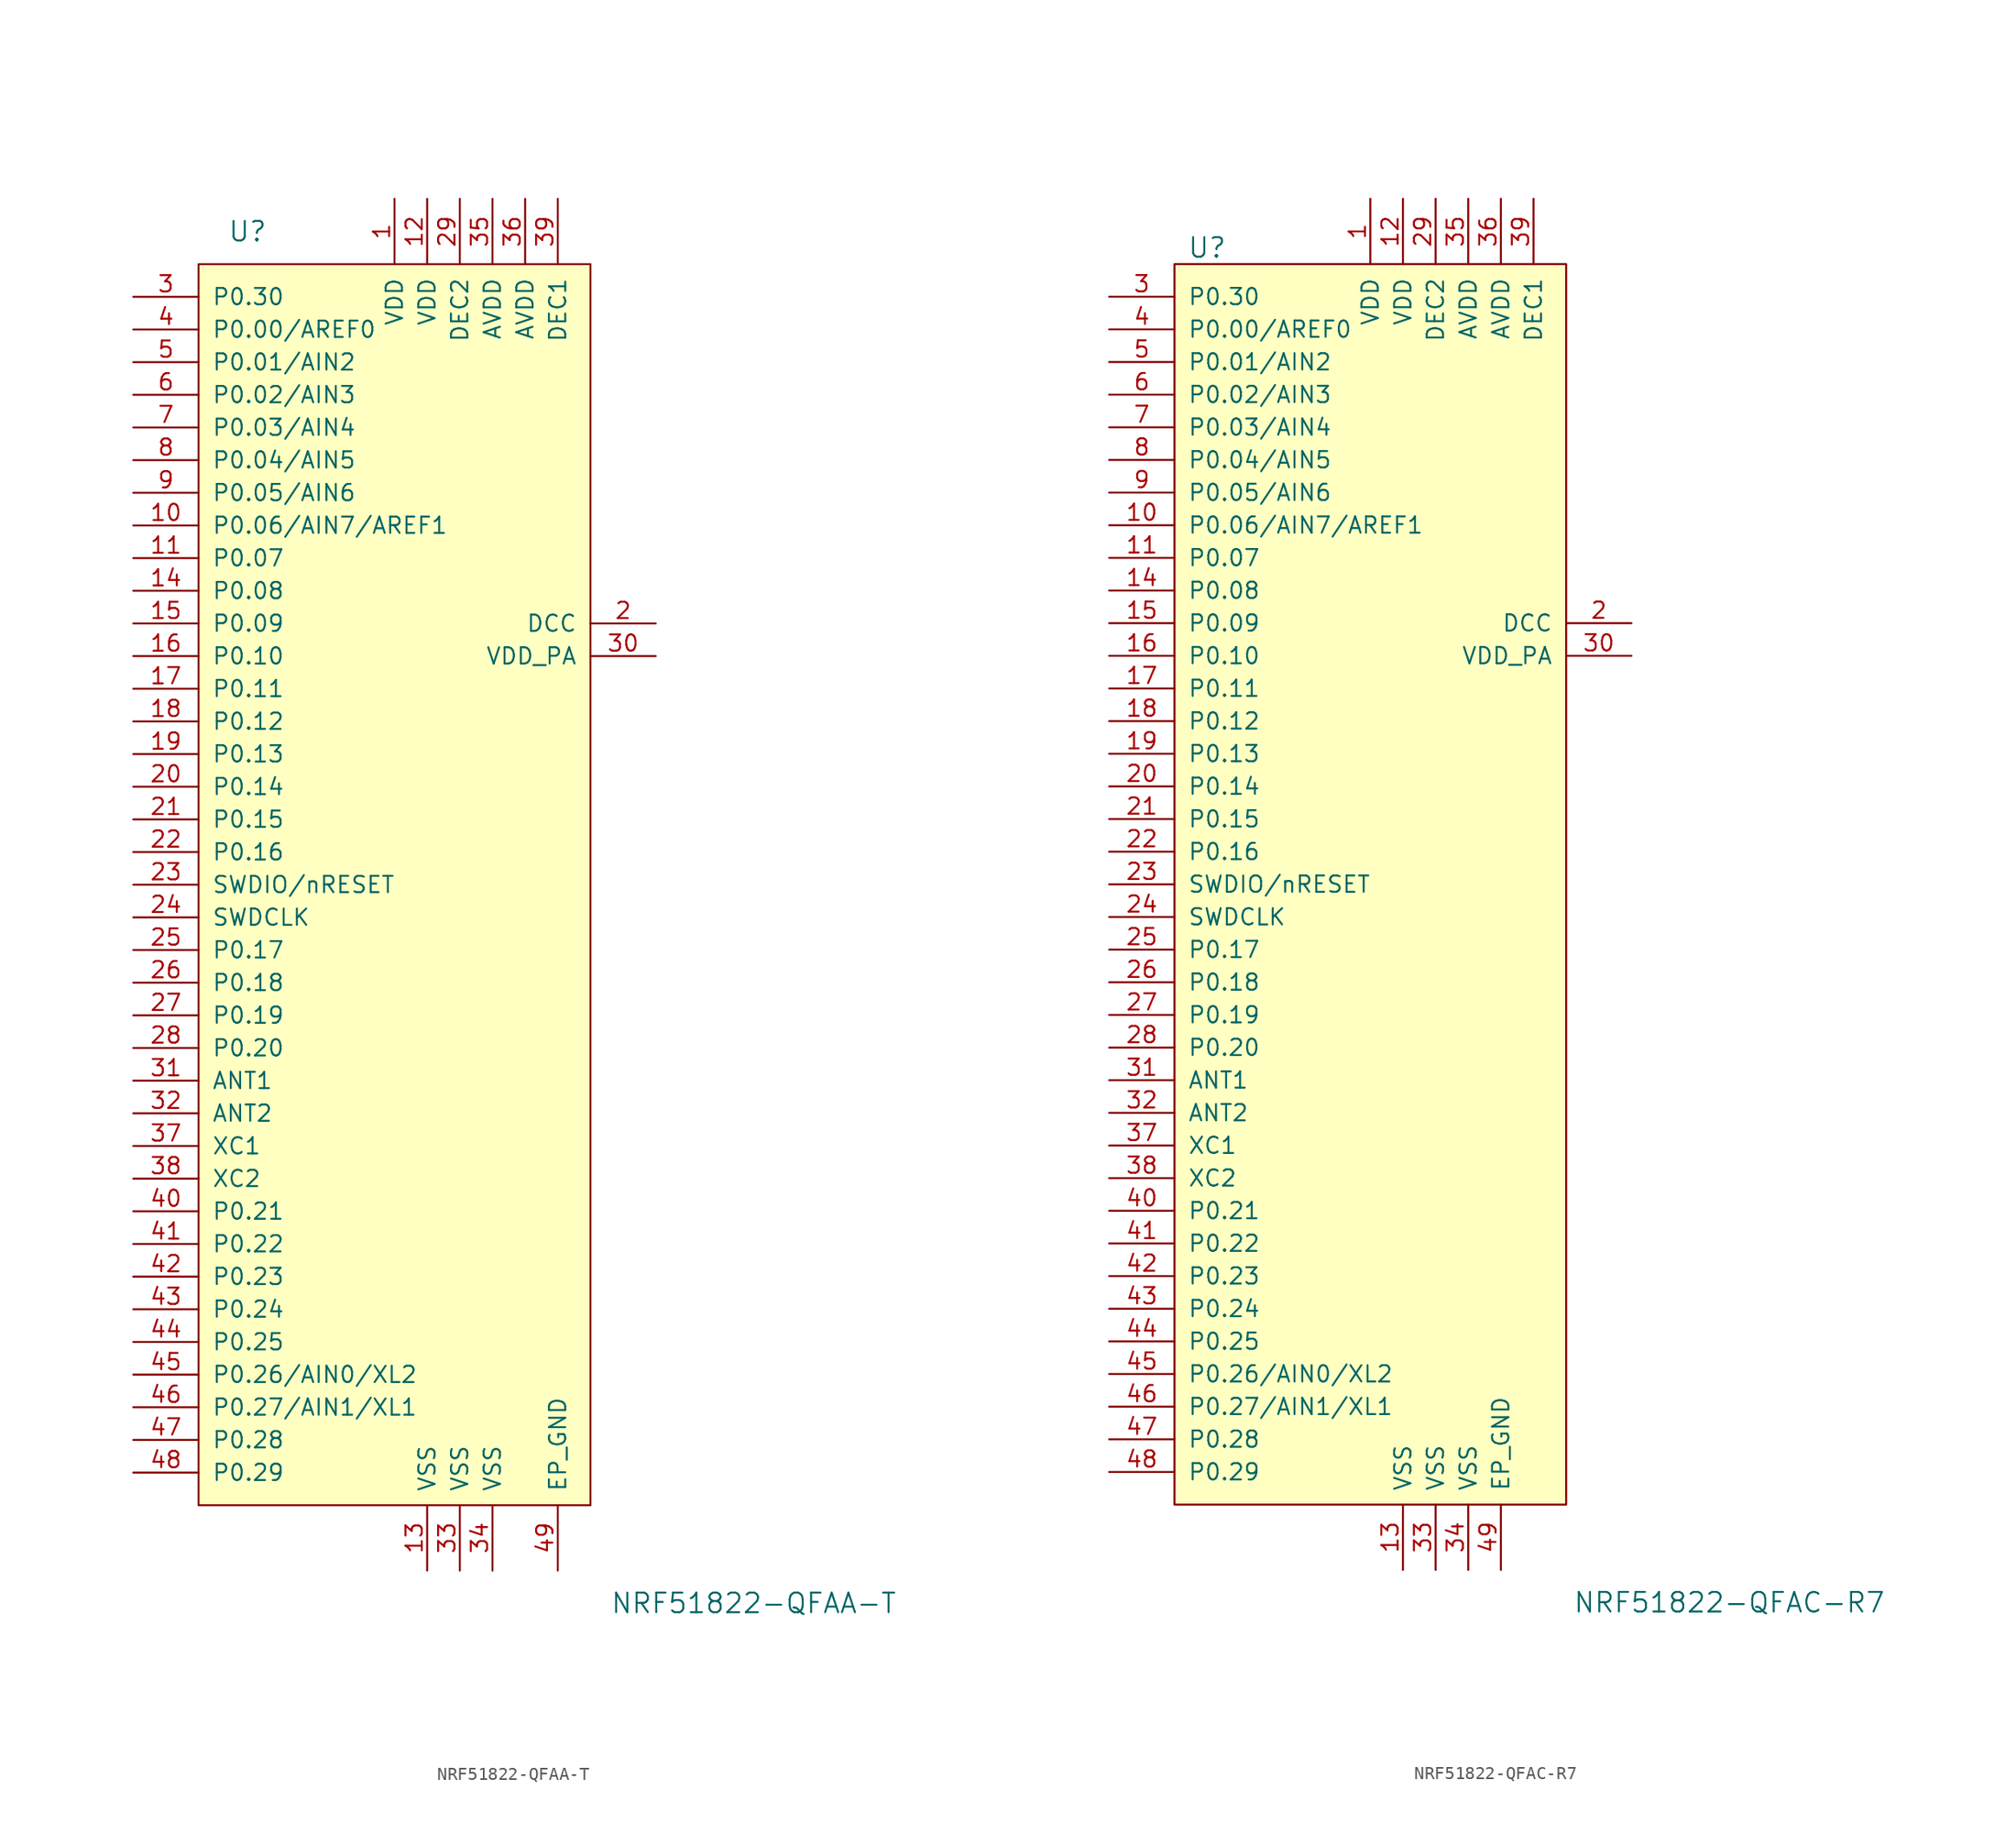
<source format=kicad_sym>
(kicad_symbol_lib
  (version 20231120)
  (generator "kicad_symbol_editor")
  (generator_version "8.0")
  (symbol "NRF51822-QFAA-T"
    (pin_names
      (offset 1.016))
    (property "Reference" "U"
      (at -16.51 45.72 0)
      (effects (font (size 1.524 1.524))))
    (property "Value" "NRF51822-QFAA-T"
      (at 22.86 -60.96 0)
      (effects (font (size 1.524 1.524))))
    (symbol "NRF51822-QFAA-T_0_1"
      (rectangle (start -20.32 43.18) (end 10.16 -53.34) (stroke (width 0) (type default)) (fill (type background))))
    (symbol "NRF51822-QFAA-T_1_1"
      (pin power_in line (at -5.08 48.26 270) (length 5.08) (name "VDD" (effects (font (size 1.27 1.27)))) (number "1" (effects (font (size 1.27 1.27)))))
      (pin bidirectional line (at -25.4 22.86 0) (length 5.08) (name "P0.06/AIN7/AREF1" (effects (font (size 1.27 1.27)))) (number "10" (effects (font (size 1.27 1.27)))))
      (pin bidirectional line (at -25.4 20.32 0) (length 5.08) (name "P0.07" (effects (font (size 1.27 1.27)))) (number "11" (effects (font (size 1.27 1.27)))))
      (pin power_in line (at -2.54 48.26 270) (length 5.08) (name "VDD" (effects (font (size 1.27 1.27)))) (number "12" (effects (font (size 1.27 1.27)))))
      (pin power_in line (at -2.54 -58.42 90) (length 5.08) (name "VSS" (effects (font (size 1.27 1.27)))) (number "13" (effects (font (size 1.27 1.27)))))
      (pin bidirectional line (at -25.4 17.78 0) (length 5.08) (name "P0.08" (effects (font (size 1.27 1.27)))) (number "14" (effects (font (size 1.27 1.27)))))
      (pin bidirectional line (at -25.4 15.24 0) (length 5.08) (name "P0.09" (effects (font (size 1.27 1.27)))) (number "15" (effects (font (size 1.27 1.27)))))
      (pin bidirectional line (at -25.4 12.7 0) (length 5.08) (name "P0.10" (effects (font (size 1.27 1.27)))) (number "16" (effects (font (size 1.27 1.27)))))
      (pin bidirectional line (at -25.4 10.16 0) (length 5.08) (name "P0.11" (effects (font (size 1.27 1.27)))) (number "17" (effects (font (size 1.27 1.27)))))
      (pin bidirectional line (at -25.4 7.62 0) (length 5.08) (name "P0.12" (effects (font (size 1.27 1.27)))) (number "18" (effects (font (size 1.27 1.27)))))
      (pin bidirectional line (at -25.4 5.08 0) (length 5.08) (name "P0.13" (effects (font (size 1.27 1.27)))) (number "19" (effects (font (size 1.27 1.27)))))
      (pin power_out line (at 15.24 15.24 180) (length 5.08) (name "DCC" (effects (font (size 1.27 1.27)))) (number "2" (effects (font (size 1.27 1.27)))))
      (pin bidirectional line (at -25.4 2.54 0) (length 5.08) (name "P0.14" (effects (font (size 1.27 1.27)))) (number "20" (effects (font (size 1.27 1.27)))))
      (pin bidirectional line (at -25.4 0 0) (length 5.08) (name "P0.15" (effects (font (size 1.27 1.27)))) (number "21" (effects (font (size 1.27 1.27)))))
      (pin bidirectional line (at -25.4 -2.54 0) (length 5.08) (name "P0.16" (effects (font (size 1.27 1.27)))) (number "22" (effects (font (size 1.27 1.27)))))
      (pin bidirectional line (at -25.4 -5.08 0) (length 5.08) (name "SWDIO/nRESET" (effects (font (size 1.27 1.27)))) (number "23" (effects (font (size 1.27 1.27)))))
      (pin input line (at -25.4 -7.62 0) (length 5.08) (name "SWDCLK" (effects (font (size 1.27 1.27)))) (number "24" (effects (font (size 1.27 1.27)))))
      (pin bidirectional line (at -25.4 -10.16 0) (length 5.08) (name "P0.17" (effects (font (size 1.27 1.27)))) (number "25" (effects (font (size 1.27 1.27)))))
      (pin bidirectional line (at -25.4 -12.7 0) (length 5.08) (name "P0.18" (effects (font (size 1.27 1.27)))) (number "26" (effects (font (size 1.27 1.27)))))
      (pin bidirectional line (at -25.4 -15.24 0) (length 5.08) (name "P0.19" (effects (font (size 1.27 1.27)))) (number "27" (effects (font (size 1.27 1.27)))))
      (pin bidirectional line (at -25.4 -17.78 0) (length 5.08) (name "P0.20" (effects (font (size 1.27 1.27)))) (number "28" (effects (font (size 1.27 1.27)))))
      (pin power_in line (at 0 48.26 270) (length 5.08) (name "DEC2" (effects (font (size 1.27 1.27)))) (number "29" (effects (font (size 1.27 1.27)))))
      (pin bidirectional line (at -25.4 40.64 0) (length 5.08) (name "P0.30" (effects (font (size 1.27 1.27)))) (number "3" (effects (font (size 1.27 1.27)))))
      (pin power_out line (at 15.24 12.7 180) (length 5.08) (name "VDD_PA" (effects (font (size 1.27 1.27)))) (number "30" (effects (font (size 1.27 1.27)))))
      (pin input line (at -25.4 -20.32 0) (length 5.08) (name "ANT1" (effects (font (size 1.27 1.27)))) (number "31" (effects (font (size 1.27 1.27)))))
      (pin input line (at -25.4 -22.86 0) (length 5.08) (name "ANT2" (effects (font (size 1.27 1.27)))) (number "32" (effects (font (size 1.27 1.27)))))
      (pin power_in line (at 0 -58.42 90) (length 5.08) (name "VSS" (effects (font (size 1.27 1.27)))) (number "33" (effects (font (size 1.27 1.27)))))
      (pin power_in line (at 2.54 -58.42 90) (length 5.08) (name "VSS" (effects (font (size 1.27 1.27)))) (number "34" (effects (font (size 1.27 1.27)))))
      (pin power_in line (at 2.54 48.26 270) (length 5.08) (name "AVDD" (effects (font (size 1.27 1.27)))) (number "35" (effects (font (size 1.27 1.27)))))
      (pin power_in line (at 5.08 48.26 270) (length 5.08) (name "AVDD" (effects (font (size 1.27 1.27)))) (number "36" (effects (font (size 1.27 1.27)))))
      (pin input line (at -25.4 -25.4 0) (length 5.08) (name "XC1" (effects (font (size 1.27 1.27)))) (number "37" (effects (font (size 1.27 1.27)))))
      (pin input line (at -25.4 -27.94 0) (length 5.08) (name "XC2" (effects (font (size 1.27 1.27)))) (number "38" (effects (font (size 1.27 1.27)))))
      (pin power_in line (at 7.62 48.26 270) (length 5.08) (name "DEC1" (effects (font (size 1.27 1.27)))) (number "39" (effects (font (size 1.27 1.27)))))
      (pin bidirectional line (at -25.4 38.1 0) (length 5.08) (name "P0.00/AREF0" (effects (font (size 1.27 1.27)))) (number "4" (effects (font (size 1.27 1.27)))))
      (pin bidirectional line (at -25.4 -30.48 0) (length 5.08) (name "P0.21" (effects (font (size 1.27 1.27)))) (number "40" (effects (font (size 1.27 1.27)))))
      (pin bidirectional line (at -25.4 -33.02 0) (length 5.08) (name "P0.22" (effects (font (size 1.27 1.27)))) (number "41" (effects (font (size 1.27 1.27)))))
      (pin bidirectional line (at -25.4 -35.56 0) (length 5.08) (name "P0.23" (effects (font (size 1.27 1.27)))) (number "42" (effects (font (size 1.27 1.27)))))
      (pin bidirectional line (at -25.4 -38.1 0) (length 5.08) (name "P0.24" (effects (font (size 1.27 1.27)))) (number "43" (effects (font (size 1.27 1.27)))))
      (pin bidirectional line (at -25.4 -40.64 0) (length 5.08) (name "P0.25" (effects (font (size 1.27 1.27)))) (number "44" (effects (font (size 1.27 1.27)))))
      (pin bidirectional line (at -25.4 -43.18 0) (length 5.08) (name "P0.26/AIN0/XL2" (effects (font (size 1.27 1.27)))) (number "45" (effects (font (size 1.27 1.27)))))
      (pin bidirectional line (at -25.4 -45.72 0) (length 5.08) (name "P0.27/AIN1/XL1" (effects (font (size 1.27 1.27)))) (number "46" (effects (font (size 1.27 1.27)))))
      (pin bidirectional line (at -25.4 -48.26 0) (length 5.08) (name "P0.28" (effects (font (size 1.27 1.27)))) (number "47" (effects (font (size 1.27 1.27)))))
      (pin bidirectional line (at -25.4 -50.8 0) (length 5.08) (name "P0.29" (effects (font (size 1.27 1.27)))) (number "48" (effects (font (size 1.27 1.27)))))
      (pin power_in line (at 7.62 -58.42 90) (length 5.08) (name "EP_GND" (effects (font (size 1.27 1.27)))) (number "49" (effects (font (size 1.27 1.27)))))
      (pin bidirectional line (at -25.4 35.56 0) (length 5.08) (name "P0.01/AIN2" (effects (font (size 1.27 1.27)))) (number "5" (effects (font (size 1.27 1.27)))))
      (pin bidirectional line (at -25.4 33.02 0) (length 5.08) (name "P0.02/AIN3" (effects (font (size 1.27 1.27)))) (number "6" (effects (font (size 1.27 1.27)))))
      (pin bidirectional line (at -25.4 30.48 0) (length 5.08) (name "P0.03/AIN4" (effects (font (size 1.27 1.27)))) (number "7" (effects (font (size 1.27 1.27)))))
      (pin bidirectional line (at -25.4 27.94 0) (length 5.08) (name "P0.04/AIN5" (effects (font (size 1.27 1.27)))) (number "8" (effects (font (size 1.27 1.27)))))
      (pin bidirectional line (at -25.4 25.4 0) (length 5.08) (name "P0.05/AIN6" (effects (font (size 1.27 1.27)))) (number "9" (effects (font (size 1.27 1.27)))))))
  (symbol "NRF51822-QFAC-R7"
    (pin_names
      (offset 1.016))
    (property "Reference" "U"
      (at -17.78 44.45 0)
      (effects (font (size 1.524 1.524))))
    (property "Value" "NRF51822-QFAC-R7"
      (at 22.86 -60.96 0)
      (effects (font (size 1.524 1.524))))
    (symbol "NRF51822-QFAC-R7_0_1"
      (rectangle (start -20.32 43.18) (end 10.16 -53.34) (stroke (width 0) (type default)) (fill (type background))))
    (symbol "NRF51822-QFAC-R7_1_1"
      (pin power_in line (at -5.08 48.26 270) (length 5.08) (name "VDD" (effects (font (size 1.27 1.27)))) (number "1" (effects (font (size 1.27 1.27)))))
      (pin bidirectional line (at -25.4 22.86 0) (length 5.08) (name "P0.06/AIN7/AREF1" (effects (font (size 1.27 1.27)))) (number "10" (effects (font (size 1.27 1.27)))))
      (pin bidirectional line (at -25.4 20.32 0) (length 5.08) (name "P0.07" (effects (font (size 1.27 1.27)))) (number "11" (effects (font (size 1.27 1.27)))))
      (pin power_in line (at -2.54 48.26 270) (length 5.08) (name "VDD" (effects (font (size 1.27 1.27)))) (number "12" (effects (font (size 1.27 1.27)))))
      (pin power_in line (at -2.54 -58.42 90) (length 5.08) (name "VSS" (effects (font (size 1.27 1.27)))) (number "13" (effects (font (size 1.27 1.27)))))
      (pin bidirectional line (at -25.4 17.78 0) (length 5.08) (name "P0.08" (effects (font (size 1.27 1.27)))) (number "14" (effects (font (size 1.27 1.27)))))
      (pin bidirectional line (at -25.4 15.24 0) (length 5.08) (name "P0.09" (effects (font (size 1.27 1.27)))) (number "15" (effects (font (size 1.27 1.27)))))
      (pin bidirectional line (at -25.4 12.7 0) (length 5.08) (name "P0.10" (effects (font (size 1.27 1.27)))) (number "16" (effects (font (size 1.27 1.27)))))
      (pin bidirectional line (at -25.4 10.16 0) (length 5.08) (name "P0.11" (effects (font (size 1.27 1.27)))) (number "17" (effects (font (size 1.27 1.27)))))
      (pin bidirectional line (at -25.4 7.62 0) (length 5.08) (name "P0.12" (effects (font (size 1.27 1.27)))) (number "18" (effects (font (size 1.27 1.27)))))
      (pin bidirectional line (at -25.4 5.08 0) (length 5.08) (name "P0.13" (effects (font (size 1.27 1.27)))) (number "19" (effects (font (size 1.27 1.27)))))
      (pin power_out line (at 15.24 15.24 180) (length 5.08) (name "DCC" (effects (font (size 1.27 1.27)))) (number "2" (effects (font (size 1.27 1.27)))))
      (pin bidirectional line (at -25.4 2.54 0) (length 5.08) (name "P0.14" (effects (font (size 1.27 1.27)))) (number "20" (effects (font (size 1.27 1.27)))))
      (pin bidirectional line (at -25.4 0 0) (length 5.08) (name "P0.15" (effects (font (size 1.27 1.27)))) (number "21" (effects (font (size 1.27 1.27)))))
      (pin bidirectional line (at -25.4 -2.54 0) (length 5.08) (name "P0.16" (effects (font (size 1.27 1.27)))) (number "22" (effects (font (size 1.27 1.27)))))
      (pin bidirectional line (at -25.4 -5.08 0) (length 5.08) (name "SWDIO/nRESET" (effects (font (size 1.27 1.27)))) (number "23" (effects (font (size 1.27 1.27)))))
      (pin input line (at -25.4 -7.62 0) (length 5.08) (name "SWDCLK" (effects (font (size 1.27 1.27)))) (number "24" (effects (font (size 1.27 1.27)))))
      (pin bidirectional line (at -25.4 -10.16 0) (length 5.08) (name "P0.17" (effects (font (size 1.27 1.27)))) (number "25" (effects (font (size 1.27 1.27)))))
      (pin bidirectional line (at -25.4 -12.7 0) (length 5.08) (name "P0.18" (effects (font (size 1.27 1.27)))) (number "26" (effects (font (size 1.27 1.27)))))
      (pin bidirectional line (at -25.4 -15.24 0) (length 5.08) (name "P0.19" (effects (font (size 1.27 1.27)))) (number "27" (effects (font (size 1.27 1.27)))))
      (pin bidirectional line (at -25.4 -17.78 0) (length 5.08) (name "P0.20" (effects (font (size 1.27 1.27)))) (number "28" (effects (font (size 1.27 1.27)))))
      (pin power_in line (at 0 48.26 270) (length 5.08) (name "DEC2" (effects (font (size 1.27 1.27)))) (number "29" (effects (font (size 1.27 1.27)))))
      (pin bidirectional line (at -25.4 40.64 0) (length 5.08) (name "P0.30" (effects (font (size 1.27 1.27)))) (number "3" (effects (font (size 1.27 1.27)))))
      (pin power_out line (at 15.24 12.7 180) (length 5.08) (name "VDD_PA" (effects (font (size 1.27 1.27)))) (number "30" (effects (font (size 1.27 1.27)))))
      (pin input line (at -25.4 -20.32 0) (length 5.08) (name "ANT1" (effects (font (size 1.27 1.27)))) (number "31" (effects (font (size 1.27 1.27)))))
      (pin input line (at -25.4 -22.86 0) (length 5.08) (name "ANT2" (effects (font (size 1.27 1.27)))) (number "32" (effects (font (size 1.27 1.27)))))
      (pin power_in line (at 0 -58.42 90) (length 5.08) (name "VSS" (effects (font (size 1.27 1.27)))) (number "33" (effects (font (size 1.27 1.27)))))
      (pin power_in line (at 2.54 -58.42 90) (length 5.08) (name "VSS" (effects (font (size 1.27 1.27)))) (number "34" (effects (font (size 1.27 1.27)))))
      (pin power_in line (at 2.54 48.26 270) (length 5.08) (name "AVDD" (effects (font (size 1.27 1.27)))) (number "35" (effects (font (size 1.27 1.27)))))
      (pin power_in line (at 5.08 48.26 270) (length 5.08) (name "AVDD" (effects (font (size 1.27 1.27)))) (number "36" (effects (font (size 1.27 1.27)))))
      (pin input line (at -25.4 -25.4 0) (length 5.08) (name "XC1" (effects (font (size 1.27 1.27)))) (number "37" (effects (font (size 1.27 1.27)))))
      (pin input line (at -25.4 -27.94 0) (length 5.08) (name "XC2" (effects (font (size 1.27 1.27)))) (number "38" (effects (font (size 1.27 1.27)))))
      (pin power_in line (at 7.62 48.26 270) (length 5.08) (name "DEC1" (effects (font (size 1.27 1.27)))) (number "39" (effects (font (size 1.27 1.27)))))
      (pin bidirectional line (at -25.4 38.1 0) (length 5.08) (name "P0.00/AREF0" (effects (font (size 1.27 1.27)))) (number "4" (effects (font (size 1.27 1.27)))))
      (pin bidirectional line (at -25.4 -30.48 0) (length 5.08) (name "P0.21" (effects (font (size 1.27 1.27)))) (number "40" (effects (font (size 1.27 1.27)))))
      (pin bidirectional line (at -25.4 -33.02 0) (length 5.08) (name "P0.22" (effects (font (size 1.27 1.27)))) (number "41" (effects (font (size 1.27 1.27)))))
      (pin bidirectional line (at -25.4 -35.56 0) (length 5.08) (name "P0.23" (effects (font (size 1.27 1.27)))) (number "42" (effects (font (size 1.27 1.27)))))
      (pin bidirectional line (at -25.4 -38.1 0) (length 5.08) (name "P0.24" (effects (font (size 1.27 1.27)))) (number "43" (effects (font (size 1.27 1.27)))))
      (pin bidirectional line (at -25.4 -40.64 0) (length 5.08) (name "P0.25" (effects (font (size 1.27 1.27)))) (number "44" (effects (font (size 1.27 1.27)))))
      (pin bidirectional line (at -25.4 -43.18 0) (length 5.08) (name "P0.26/AIN0/XL2" (effects (font (size 1.27 1.27)))) (number "45" (effects (font (size 1.27 1.27)))))
      (pin bidirectional line (at -25.4 -45.72 0) (length 5.08) (name "P0.27/AIN1/XL1" (effects (font (size 1.27 1.27)))) (number "46" (effects (font (size 1.27 1.27)))))
      (pin bidirectional line (at -25.4 -48.26 0) (length 5.08) (name "P0.28" (effects (font (size 1.27 1.27)))) (number "47" (effects (font (size 1.27 1.27)))))
      (pin bidirectional line (at -25.4 -50.8 0) (length 5.08) (name "P0.29" (effects (font (size 1.27 1.27)))) (number "48" (effects (font (size 1.27 1.27)))))
      (pin power_in line (at 5.08 -58.42 90) (length 5.08) (name "EP_GND" (effects (font (size 1.27 1.27)))) (number "49" (effects (font (size 1.27 1.27)))))
      (pin bidirectional line (at -25.4 35.56 0) (length 5.08) (name "P0.01/AIN2" (effects (font (size 1.27 1.27)))) (number "5" (effects (font (size 1.27 1.27)))))
      (pin bidirectional line (at -25.4 33.02 0) (length 5.08) (name "P0.02/AIN3" (effects (font (size 1.27 1.27)))) (number "6" (effects (font (size 1.27 1.27)))))
      (pin bidirectional line (at -25.4 30.48 0) (length 5.08) (name "P0.03/AIN4" (effects (font (size 1.27 1.27)))) (number "7" (effects (font (size 1.27 1.27)))))
      (pin bidirectional line (at -25.4 27.94 0) (length 5.08) (name "P0.04/AIN5" (effects (font (size 1.27 1.27)))) (number "8" (effects (font (size 1.27 1.27)))))
      (pin bidirectional line (at -25.4 25.4 0) (length 5.08) (name "P0.05/AIN6" (effects (font (size 1.27 1.27)))) (number "9" (effects (font (size 1.27 1.27))))))))
</source>
